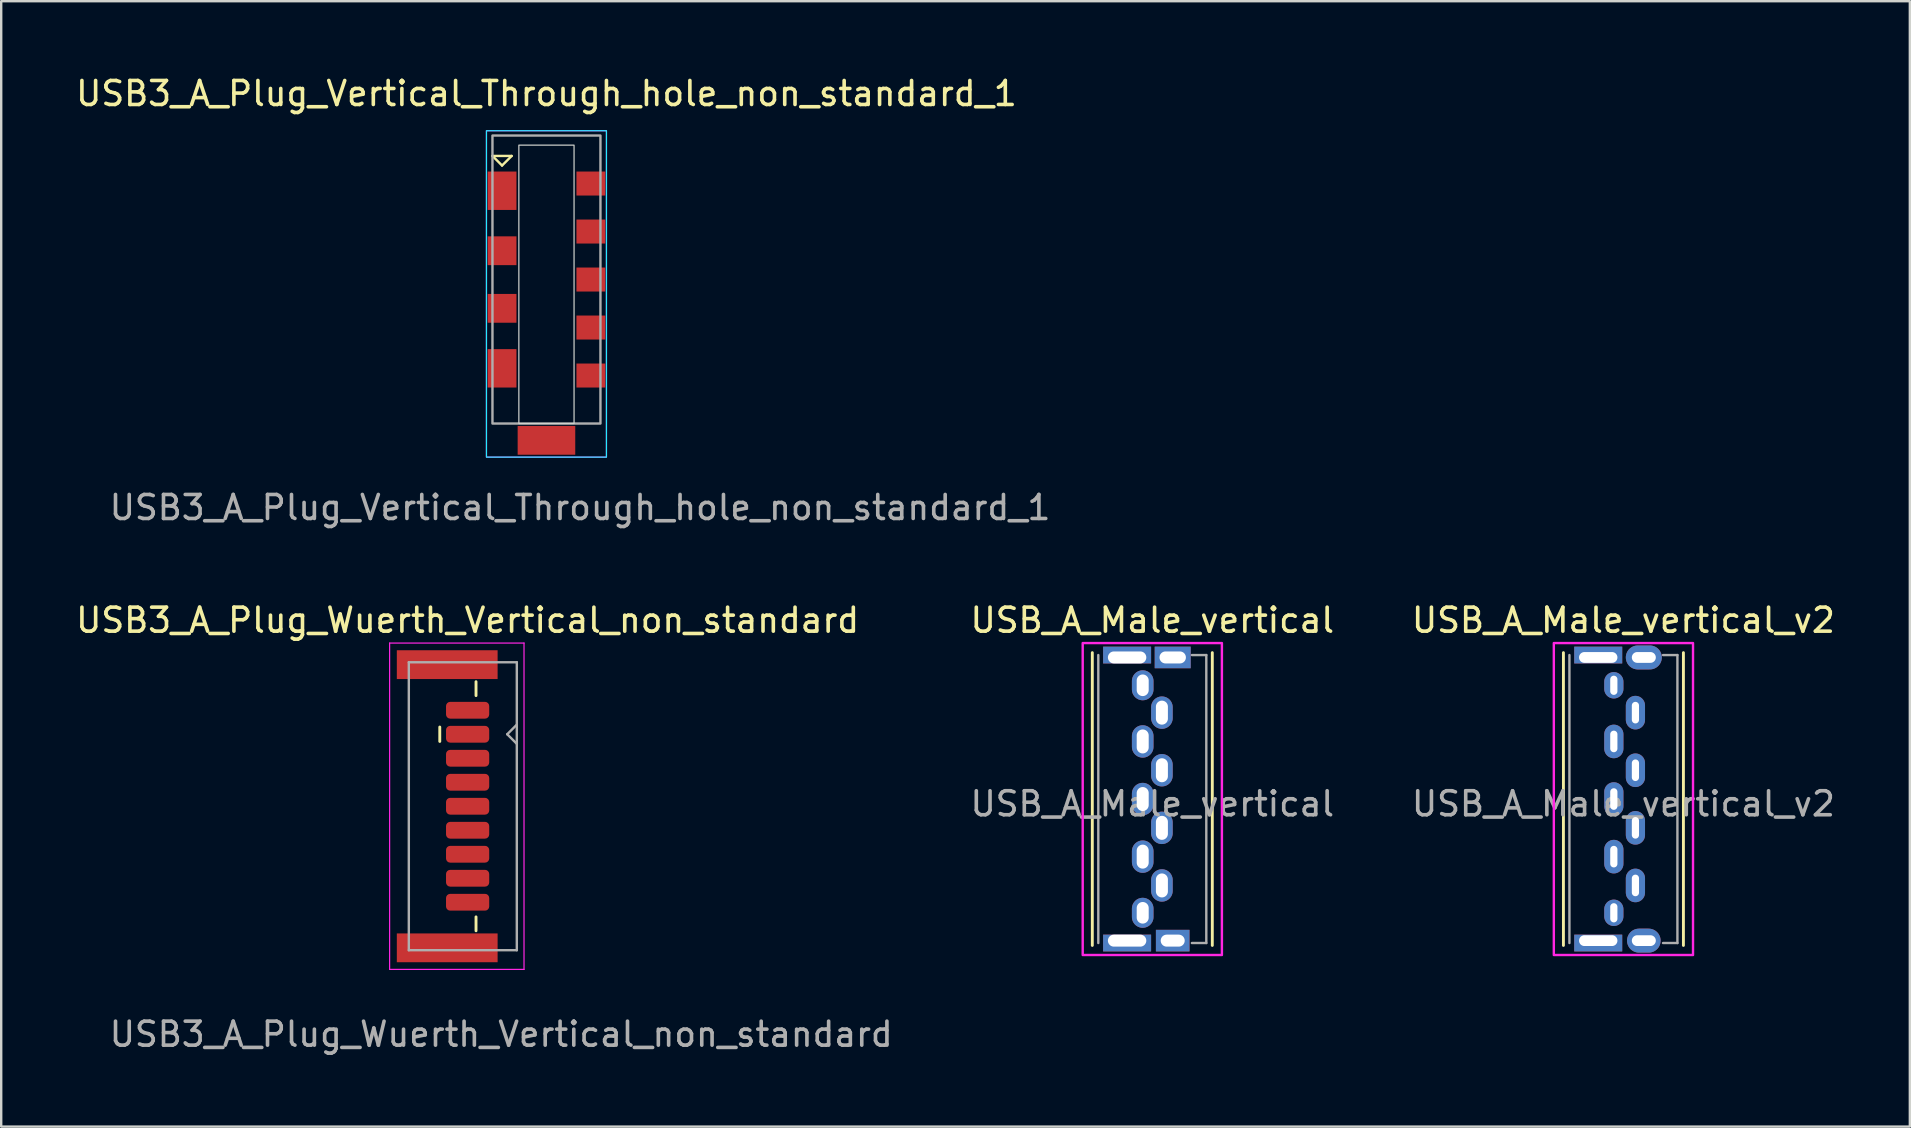
<source format=kicad_pcb>
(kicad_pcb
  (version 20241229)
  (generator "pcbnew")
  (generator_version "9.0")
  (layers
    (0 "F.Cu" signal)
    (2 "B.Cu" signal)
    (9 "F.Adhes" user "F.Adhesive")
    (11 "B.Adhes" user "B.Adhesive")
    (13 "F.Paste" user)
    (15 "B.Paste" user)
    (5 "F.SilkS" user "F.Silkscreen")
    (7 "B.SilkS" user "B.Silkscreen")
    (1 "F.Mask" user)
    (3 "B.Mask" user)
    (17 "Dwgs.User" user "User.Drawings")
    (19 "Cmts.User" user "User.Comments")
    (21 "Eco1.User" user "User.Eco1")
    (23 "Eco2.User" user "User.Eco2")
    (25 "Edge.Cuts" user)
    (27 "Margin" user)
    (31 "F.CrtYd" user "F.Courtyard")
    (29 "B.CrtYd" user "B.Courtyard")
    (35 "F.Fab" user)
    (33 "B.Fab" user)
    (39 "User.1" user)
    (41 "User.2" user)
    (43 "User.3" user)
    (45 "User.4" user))
  (footprint "USB_A_Male_vertical_v2"
    (layer "F.Cu")
    (at 64.596 30.245)
    (property "Reference" "USB_A_Male_vertical_v2" (at 0 -7.45 0) (layer "F.SilkS") (effects (font (size 1 1) (thickness 0.15))))
    (attr through_hole)
    (fp_line (start -2.5 -6.1) (end -2.5 6.1) (stroke (width 0.12) (type solid)) (layer "F.SilkS"))
    (fp_line (start 2.5 -6.1) (end 2.5 6.1) (stroke (width 0.12) (type solid)) (layer "F.SilkS"))
    (fp_rect (start -2.9 -6.5) (end 2.9 6.5) (stroke (width 0.1) (type default)) (fill no) (layer "F.CrtYd"))
    (fp_line (start -2.25 -6) (end -2.25 6) (stroke (width 0.1) (type default)) (layer "F.Fab"))
    (fp_line (start 1.65 -6) (end 2.25 -6) (stroke (width 0.1) (type solid)) (layer "F.Fab"))
    (fp_line (start 1.65 6) (end 2.25 6) (stroke (width 0.1) (type solid)) (layer "F.Fab"))
    (fp_line (start 2.25 -6) (end 2.25 6) (stroke (width 0.1) (type default)) (layer "F.Fab"))
    (fp_text user "${REFERENCE}" (at 0 0.2 0) (layer "F.Fab") (effects (font (size 1 1) (thickness 0.15))))
    (pad "1" thru_hole oval (at 0.5 -3.6) (size 0.8 1.4) (drill oval 0.3 0.9) (layers "*.Cu" "*.Mask"))
    (pad "2" thru_hole oval (at 0.5 -1.2) (size 0.8 1.4) (drill oval 0.3 0.9) (layers "*.Cu" "*.Mask"))
    (pad "3" thru_hole oval (at 0.5 1.2) (size 0.8 1.4) (drill oval 0.3 0.9) (layers "*.Cu" "*.Mask"))
    (pad "4" thru_hole oval (at 0.5 3.6) (size 0.8 1.4) (drill oval 0.3 0.9) (layers "*.Cu" "*.Mask"))
    (pad "5" thru_hole oval (at -0.4 4.74) (size 0.8 1.1) (drill oval 0.3 0.8) (layers "*.Cu" "*.Mask"))
    (pad "6" thru_hole oval (at -0.4 2.4) (size 0.8 1.4) (drill oval 0.3 0.9) (layers "*.Cu" "*.Mask"))
    (pad "7" thru_hole oval (at -0.4 0) (size 0.8 1.4) (drill oval 0.3 0.9) (layers "*.Cu" "*.Mask"))
    (pad "8" thru_hole oval (at -0.4 -2.4) (size 0.8 1.4) (drill oval 0.3 0.9) (layers "*.Cu" "*.Mask"))
    (pad "9" thru_hole oval (at -0.4 -4.74) (size 0.8 1.1) (drill oval 0.3 0.8) (layers "*.Cu" "*.Mask"))
    (pad "10" thru_hole rect (at -1.05 -5.9 90) (size 0.7 2) (drill oval 0.45 1.6 (offset 0.1 0)) (layers "*.Cu" "*.Mask"))
    (pad "10" thru_hole rect (at -1.05 5.9 270) (size 0.7 2) (drill oval 0.45 1.6 (offset 0.1 0)) (layers "*.Cu" "*.Mask"))
    (pad "10" thru_hole oval (at 0.85 -5.9 90) (size 1 1.5) (drill oval 0.45 1) (layers "*.Cu" "*.Mask"))
    (pad "10" thru_hole oval (at 0.85 5.9 90) (size 1 1.4) (drill oval 0.45 1) (layers "*.Cu" "*.Mask")))
  (footprint "USB3_A_Plug_Wuerth_Vertical_non_standard"
    (layer "F.Cu")
    (at 16.435 30.545)
    (property "Reference" "USB3_A_Plug_Wuerth_Vertical_non_standard" (at 0 -7.75 0) (layer "F.SilkS") (effects (font (size 1 1) (thickness 0.15))))
    (attr smd)
    (fp_line (start -1.16 -2.7) (end -1.16 -3.3) (stroke (width 0.12) (type solid)) (layer "F.SilkS"))
    (fp_line (start 0.35 -4.61) (end 0.35 -5.19) (stroke (width 0.12) (type solid)) (layer "F.SilkS"))
    (fp_line (start 0.35 4.61) (end 0.35 5.19) (stroke (width 0.12) (type solid)) (layer "F.SilkS"))
    (fp_line (start -3.25 6.8) (end -3.25 -6.8) (stroke (width 0.05) (type solid)) (layer "F.CrtYd"))
    (fp_line (start 2.35 -6.8) (end -3.25 -6.8) (stroke (width 0.05) (type solid)) (layer "F.CrtYd"))
    (fp_line (start 2.35 6.8) (end -3.25 6.8) (stroke (width 0.05) (type solid)) (layer "F.CrtYd"))
    (fp_line (start 2.35 6.8) (end 2.35 -6.8) (stroke (width 0.05) (type solid)) (layer "F.CrtYd"))
    (fp_line (start -2.45 6) (end -2.45 -6) (stroke (width 0.1) (type solid)) (layer "F.Fab"))
    (fp_line (start 1.65 -3) (end 2.05 -3.4) (stroke (width 0.1) (type solid)) (layer "F.Fab"))
    (fp_line (start 1.65 -3) (end 2.05 -2.6) (stroke (width 0.1) (type solid)) (layer "F.Fab"))
    (fp_line (start 2.05 -6) (end -2.45 -6) (stroke (width 0.1) (type solid)) (layer "F.Fab"))
    (fp_line (start 2.05 6) (end -2.45 6) (stroke (width 0.1) (type solid)) (layer "F.Fab"))
    (fp_line (start 2.05 6) (end 2.05 -6) (stroke (width 0.1) (type solid)) (layer "F.Fab"))
    (fp_text user "${REFERENCE}" (at 1.4 9.5 180) (layer "F.Fab") (effects (font (size 1 1) (thickness 0.15))))
    (pad "1" smd roundrect (at 0 -3 90) (size 0.7 1.8) (layers "F.Cu" "F.Mask" "F.Paste") (roundrect_rratio 0.25))
    (pad "2" smd roundrect (at 0 -1 90) (size 0.7 1.8) (layers "F.Cu" "F.Mask" "F.Paste") (roundrect_rratio 0.25))
    (pad "3" smd roundrect (at 0 1 90) (size 0.7 1.8) (layers "F.Cu" "F.Mask" "F.Paste") (roundrect_rratio 0.25))
    (pad "4" smd roundrect (at 0 3 90) (size 0.7 1.8) (layers "F.Cu" "F.Mask" "F.Paste") (roundrect_rratio 0.25))
    (pad "5" smd roundrect (at 0 4 90) (size 0.7 1.8) (layers "F.Cu" "F.Mask" "F.Paste") (roundrect_rratio 0.25))
    (pad "6" smd roundrect (at 0 2 90) (size 0.7 1.8) (layers "F.Cu" "F.Mask" "F.Paste") (roundrect_rratio 0.25))
    (pad "7" smd roundrect (at 0 0 90) (size 0.7 1.8) (layers "F.Cu" "F.Mask" "F.Paste") (roundrect_rratio 0.25))
    (pad "8" smd roundrect (at 0 -2 90) (size 0.7 1.8) (layers "F.Cu" "F.Mask" "F.Paste") (roundrect_rratio 0.25))
    (pad "9" smd roundrect (at 0 -4) (size 1.8 0.7) (layers "F.Cu" "F.Mask" "F.Paste") (roundrect_rratio 0.25))
    (pad "10" smd rect (at -0.85 -5.9 90) (size 1.2 4.2) (layers "F.Cu" "F.Mask" "F.Paste"))
    (pad "10" smd rect (at -0.85 5.9 90) (size 1.2 4.2) (layers "F.Cu" "F.Mask" "F.Paste")))
  (footprint "USB3_A_Plug_Vertical_Through_hole_non_standard_1"
    (layer "F.Cu")
    (at 19.72 8.598)
    (property "Reference" "USB3_A_Plug_Vertical_Through_hole_non_standard_1" (at 0 -7.75 0) (layer "F.SilkS") (effects (font (size 1 1) (thickness 0.15))))
    (attr smd)
    (fp_line (start -1.85 -4.75) (end -2.25 -5.15) (stroke (width 0.1) (type solid)) (layer "F.SilkS"))
    (fp_line (start -1.85 -4.75) (end -1.45 -5.15) (stroke (width 0.1) (type solid)) (layer "F.SilkS"))
    (fp_line (start -1.45 -5.15) (end -2.25 -5.15) (stroke (width 0.1) (type default)) (layer "F.SilkS"))
    (fp_rect (start -1.15 -5.6) (end 1.15 6) (stroke (width 0.05) (type default)) (fill no) (layer "Edge.Cuts"))
    (fp_rect (start -2.5 -6.2) (end 2.5 7.4) (stroke (width 0.05) (type default)) (fill no) (layer "B.CrtYd"))
    (fp_rect (start -2.5 -6.2) (end 2.5 7.4) (stroke (width 0.05) (type default)) (fill no) (layer "F.CrtYd"))
    (fp_rect (start -2.25 -6) (end 2.25 6) (stroke (width 0.1) (type default)) (fill no) (layer "F.Fab"))
    (fp_text user "${REFERENCE}" (at 1.4 9.5 180) (layer "F.Fab") (effects (font (size 1 1) (thickness 0.15))))
    (pad "1" smd rect (at -1.85 -3.7) (size 1.2 1.6) (layers "F.Cu" "F.Mask" "F.Paste"))
    (pad "2" smd rect (at -1.85 -1.2) (size 1.2 1.2) (layers "F.Cu" "F.Mask" "F.Paste"))
    (pad "3" smd rect (at -1.85 1.2) (size 1.2 1.2) (layers "F.Cu" "F.Mask" "F.Paste"))
    (pad "4" smd rect (at -1.85 3.7) (size 1.2 1.6) (layers "F.Cu" "F.Mask" "F.Paste"))
    (pad "5" smd rect (at 1.85 4) (size 1.2 1) (layers "F.Cu" "F.Mask" "F.Paste"))
    (pad "6" smd rect (at 1.85 2) (size 1.2 1) (layers "F.Cu" "F.Mask" "F.Paste"))
    (pad "7" smd rect (at 1.85 0) (size 1.2 1) (layers "F.Cu" "F.Mask" "F.Paste"))
    (pad "8" smd rect (at 1.85 -2) (size 1.2 1) (layers "F.Cu" "F.Mask" "F.Paste"))
    (pad "9" smd rect (at 1.85 -4) (size 1.2 1) (layers "F.Cu" "F.Mask" "F.Paste"))
    (pad "10" smd rect (at 0 6.7) (size 2.4 1.2) (layers "F.Cu" "F.Mask" "F.Paste")))
  (footprint "USB_A_Male_vertical"
    (layer "F.Cu")
    (at 44.965 30.245)
    (property "Reference" "USB_A_Male_vertical" (at 0 -7.45 0) (layer "F.SilkS") (effects (font (size 1 1) (thickness 0.15))))
    (attr through_hole)
    (fp_line (start -2.5 -6.1) (end -2.5 6.1) (stroke (width 0.12) (type solid)) (layer "F.SilkS"))
    (fp_line (start 2.5 -6.1) (end 2.5 6.1) (stroke (width 0.12) (type solid)) (layer "F.SilkS"))
    (fp_rect (start -2.9 -6.5) (end 2.9 6.5) (stroke (width 0.1) (type default)) (fill no) (layer "F.CrtYd"))
    (fp_line (start -2.25 -6) (end -2.25 6) (stroke (width 0.1) (type default)) (layer "F.Fab"))
    (fp_line (start 1.65 -6) (end 2.25 -6) (stroke (width 0.1) (type solid)) (layer "F.Fab"))
    (fp_line (start 1.65 6) (end 2.25 6) (stroke (width 0.1) (type solid)) (layer "F.Fab"))
    (fp_line (start 2.25 -6) (end 2.25 6) (stroke (width 0.1) (type default)) (layer "F.Fab"))
    (fp_text user "${REFERENCE}" (at 0 0.2 0) (layer "F.Fab") (effects (font (size 1 1) (thickness 0.15))))
    (pad "1" thru_hole oval (at 0.4 -3.6) (size 0.9 1.35) (drill oval 0.5 1) (layers "*.Cu" "*.Mask"))
    (pad "2" thru_hole oval (at 0.4 -1.2) (size 0.9 1.35) (drill oval 0.5 1) (layers "*.Cu" "*.Mask"))
    (pad "3" thru_hole oval (at 0.4 1.2) (size 0.9 1.35) (drill oval 0.5 1) (layers "*.Cu" "*.Mask"))
    (pad "4" thru_hole oval (at 0.4 3.6) (size 0.9 1.35) (drill oval 0.5 1) (layers "*.Cu" "*.Mask"))
    (pad "5" thru_hole oval (at -0.4 4.74) (size 0.9 1.25) (drill oval 0.5 0.9) (layers "*.Cu" "*.Mask"))
    (pad "6" thru_hole oval (at -0.4 2.4) (size 0.9 1.35) (drill oval 0.5 1) (layers "*.Cu" "*.Mask"))
    (pad "7" thru_hole oval (at -0.4 0) (size 0.9 1.35) (drill oval 0.5 1) (layers "*.Cu" "*.Mask"))
    (pad "8" thru_hole oval (at -0.4 -2.4) (size 0.9 1.35) (drill oval 0.5 1) (layers "*.Cu" "*.Mask"))
    (pad "9" thru_hole oval (at -0.4 -4.74) (size 0.9 1.25) (drill oval 0.5 0.9) (layers "*.Cu" "*.Mask"))
    (pad "10" thru_hole rect (at -1.05 -5.9 90) (size 0.7 2) (drill oval 0.5 1.6 (offset 0.1 0)) (layers "*.Cu" "*.Mask"))
    (pad "10" thru_hole rect (at -1.05 5.9 270) (size 0.7 2) (drill oval 0.5 1.6 (offset 0.1 0)) (layers "*.Cu" "*.Mask"))
    (pad "10" thru_hole rect (at 0.85 -5.9 90) (size 0.9 1.5) (drill oval 0.5 1.1) (layers "*.Cu" "*.Mask"))
    (pad "10" thru_hole rect (at 0.85 5.9 90) (size 0.9 1.4) (drill oval 0.5 1) (layers "*.Cu" "*.Mask")))
  (gr_rect
    (start -3 -3)
    (end 76.531 43.893)
    (stroke (width 0.1) (type default))
    (fill no)
    (layer "Edge.Cuts")))
</source>
